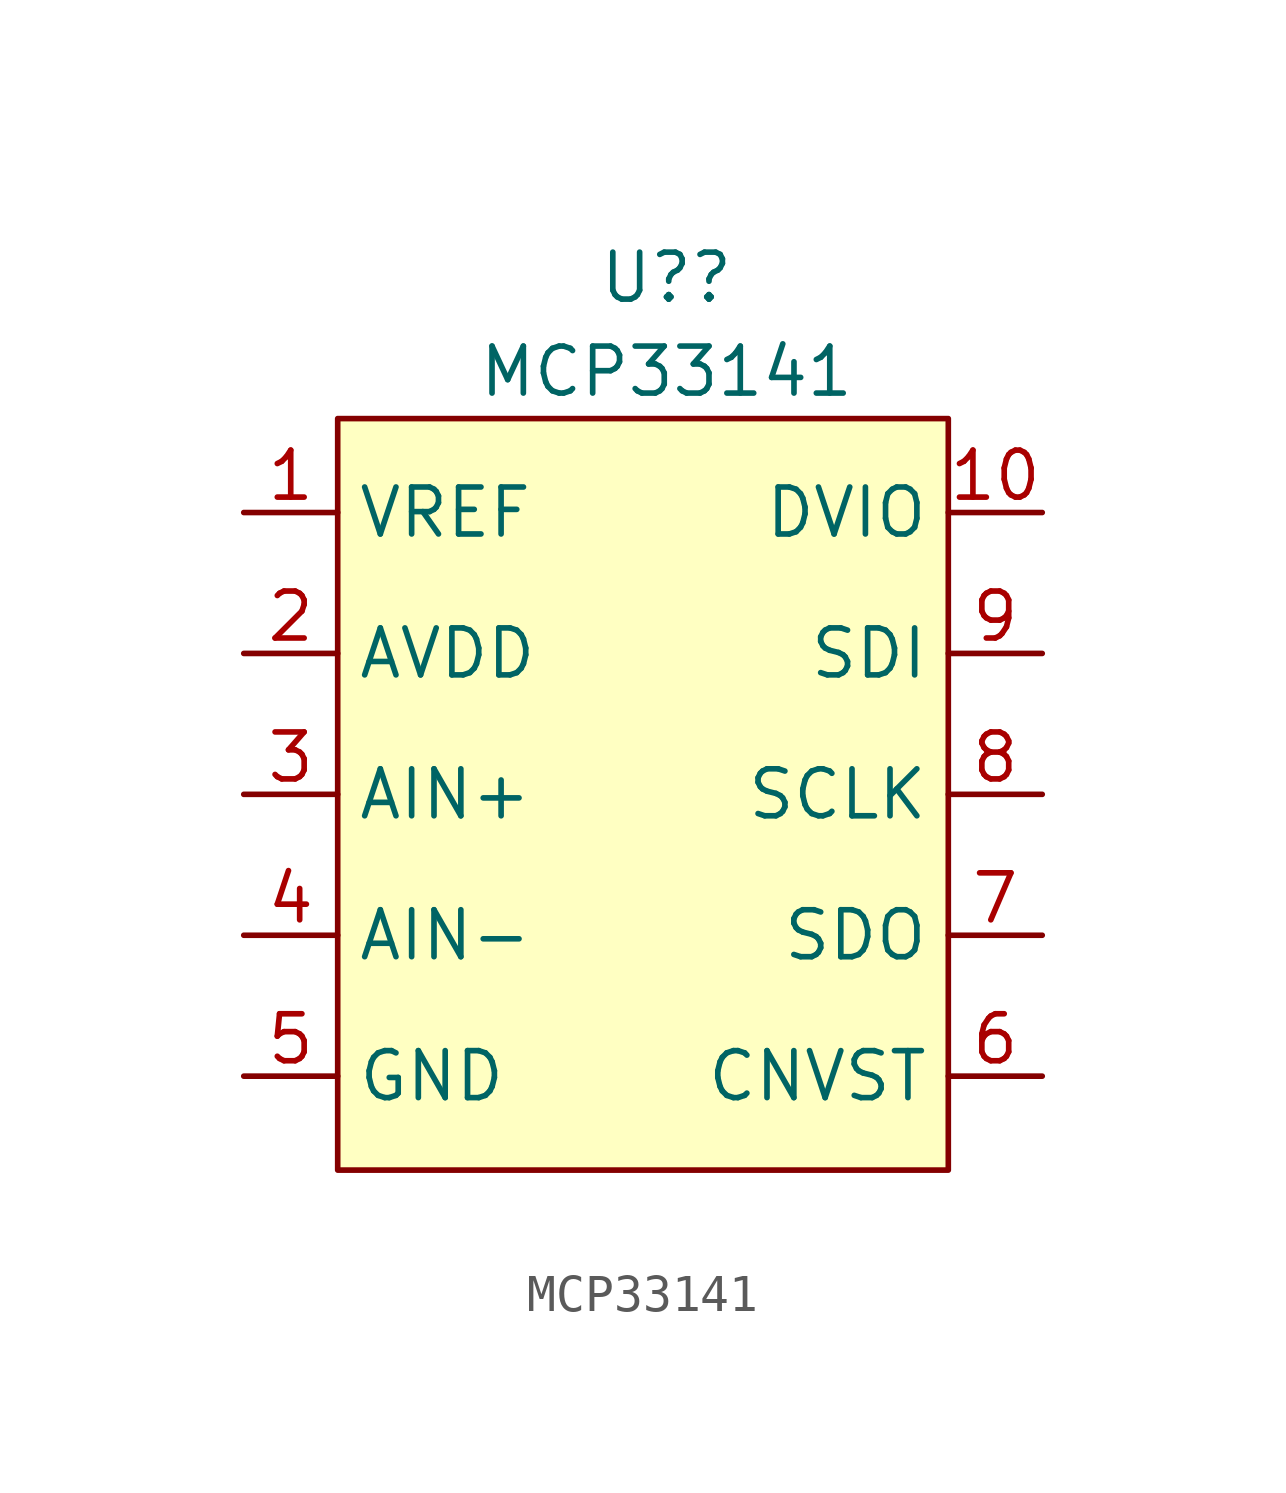
<source format=kicad_sym>
(kicad_symbol_lib
  (version 20211014)
  (generator kicad_symbol_editor)
  (symbol "MCP33141"
    (property "Reference" "U?"
      (at 2.54 -1.27 0)
      (effects (font (size 1.27 1.27))))
    (property "Value" "MCP33141"
      (at 2.54 -3.81 0)
      (effects (font (size 1.27 1.27))))
    (symbol "MCP33141_0_1"
      (rectangle (start -6.35 -5.08) (end 10.16 -25.4) (stroke (width 0) (type default) (color 0 0 0 0)) (fill (type background))))
    (symbol "MCP33141_1_1"
      (pin input line (at -8.89 -7.62 0) (length 2.54) (name "VREF" (effects (font (size 1.27 1.27)))) (number "1" (effects (font (size 1.27 1.27)))))
      (pin input line (at 12.7 -7.62 180) (length 2.54) (name "DVIO" (effects (font (size 1.27 1.27)))) (number "10" (effects (font (size 1.27 1.27)))))
      (pin input line (at -8.89 -11.43 0) (length 2.54) (name "AVDD" (effects (font (size 1.27 1.27)))) (number "2" (effects (font (size 1.27 1.27)))))
      (pin input line (at -8.89 -15.24 0) (length 2.54) (name "AIN+" (effects (font (size 1.27 1.27)))) (number "3" (effects (font (size 1.27 1.27)))))
      (pin input line (at -8.89 -19.05 0) (length 2.54) (name "AIN-" (effects (font (size 1.27 1.27)))) (number "4" (effects (font (size 1.27 1.27)))))
      (pin input line (at -8.89 -22.86 0) (length 2.54) (name "GND" (effects (font (size 1.27 1.27)))) (number "5" (effects (font (size 1.27 1.27)))))
      (pin input line (at 12.7 -22.86 180) (length 2.54) (name "CNVST" (effects (font (size 1.27 1.27)))) (number "6" (effects (font (size 1.27 1.27)))))
      (pin output line (at 12.7 -19.05 180) (length 2.54) (name "SDO" (effects (font (size 1.27 1.27)))) (number "7" (effects (font (size 1.27 1.27)))))
      (pin input line (at 12.7 -15.24 180) (length 2.54) (name "SCLK" (effects (font (size 1.27 1.27)))) (number "8" (effects (font (size 1.27 1.27)))))
      (pin input line (at 12.7 -11.43 180) (length 2.54) (name "SDI" (effects (font (size 1.27 1.27)))) (number "9" (effects (font (size 1.27 1.27))))))))
</source>
